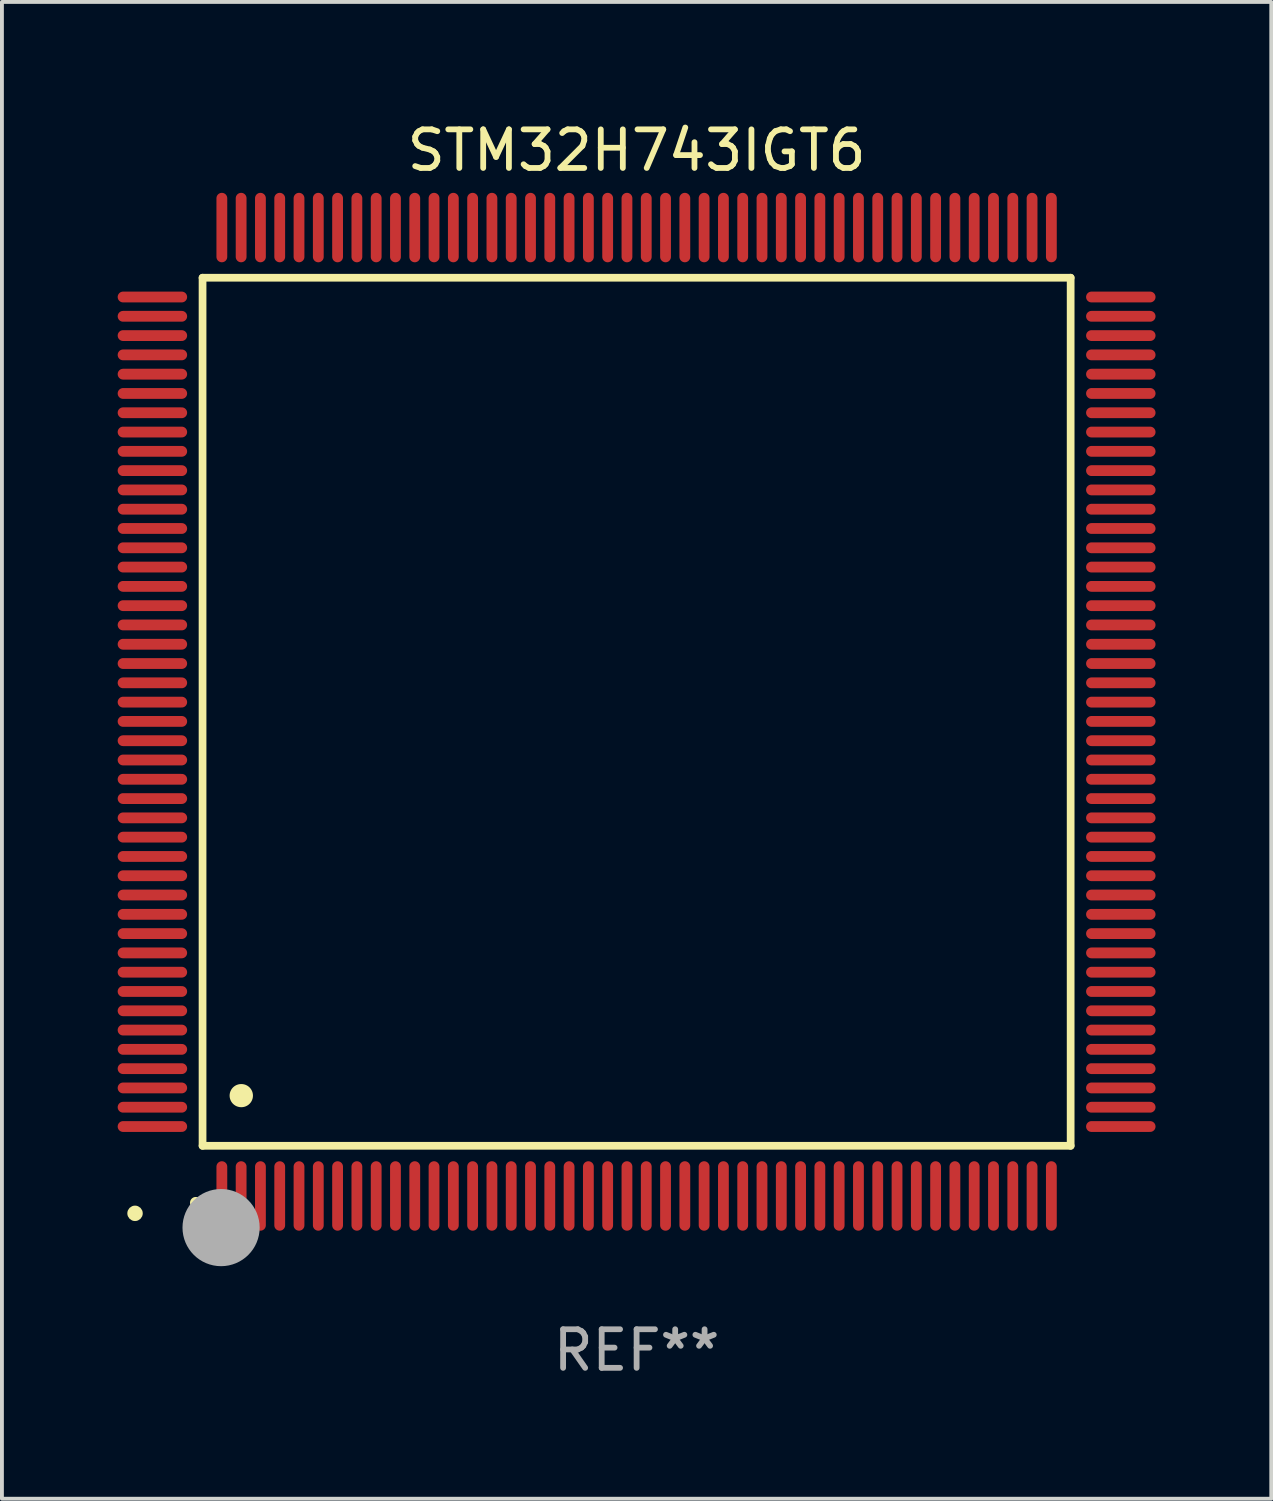
<source format=kicad_pcb>
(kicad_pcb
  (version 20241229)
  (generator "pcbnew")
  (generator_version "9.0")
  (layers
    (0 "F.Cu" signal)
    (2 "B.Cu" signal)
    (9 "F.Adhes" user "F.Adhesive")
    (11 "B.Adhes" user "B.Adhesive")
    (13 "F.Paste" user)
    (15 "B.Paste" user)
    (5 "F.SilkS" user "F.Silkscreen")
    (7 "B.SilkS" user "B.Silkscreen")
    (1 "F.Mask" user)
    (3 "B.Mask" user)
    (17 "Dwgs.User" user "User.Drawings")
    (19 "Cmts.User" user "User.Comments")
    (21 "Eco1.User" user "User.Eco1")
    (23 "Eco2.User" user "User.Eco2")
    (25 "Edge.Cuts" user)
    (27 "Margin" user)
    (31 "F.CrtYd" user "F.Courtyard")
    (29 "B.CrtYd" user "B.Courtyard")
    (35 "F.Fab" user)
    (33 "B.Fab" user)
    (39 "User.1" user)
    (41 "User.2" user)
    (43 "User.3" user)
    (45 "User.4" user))
  (footprint "STM32H743IGT6"
    (layer "F.Cu")
    (at 13.45 15.398)
    (property "Reference" "STM32H743IGT6" (at 0 -14.55 0) (layer "F.SilkS") (effects (font (size 1 1) (thickness 0.15))))
    (attr through_hole)
    (fp_line (start -11.25 -11.25) (end 11.25 -11.25) (stroke (width 0.2) (type solid)) (layer "F.SilkS"))
    (fp_line (start -11.25 11.25) (end -11.25 -11.25) (stroke (width 0.2) (type solid)) (layer "F.SilkS"))
    (fp_line (start 11.25 -11.25) (end 11.25 11.25) (stroke (width 0.2) (type solid)) (layer "F.SilkS"))
    (fp_line (start 11.25 11.25) (end -11.25 11.25) (stroke (width 0.2) (type solid)) (layer "F.SilkS"))
    (fp_arc (start -11.424943 12.725425) (mid -11.423673 12.72542) (end -11.422403 12.725425) (stroke (width 0.3) (type solid)) (layer "F.SilkS"))
    (fp_arc (start -10.24892 9.9492) (mid -10.24638 9.949189) (end -10.24384 9.9492) (stroke (width 0.6) (type solid)) (layer "F.SilkS"))
    (fp_circle (center -13 13) (end -12.9 13) (stroke (width 0.2) (type solid)) (fill no) (layer "F.SilkS"))
    (fp_circle (center -10.77 13.37) (end -10.27 13.37) (stroke (width 1) (type solid)) (fill no) (layer "F.Fab"))
    (fp_text user "REF**" (at 0 16.55 0) (layer "F.Fab") (effects (font (size 1 1) (thickness 0.15))))
    (pad "1" smd oval (at -10.75 12.55) (size 0.28 1.8) (layers "F.Cu" "F.Mask" "F.Paste"))
    (pad "2" smd oval (at -10.25 12.55) (size 0.28 1.8) (layers "F.Cu" "F.Mask" "F.Paste"))
    (pad "3" smd oval (at -9.75 12.55) (size 0.28 1.8) (layers "F.Cu" "F.Mask" "F.Paste"))
    (pad "4" smd oval (at -9.25 12.55) (size 0.28 1.8) (layers "F.Cu" "F.Mask" "F.Paste"))
    (pad "5" smd oval (at -8.75 12.55) (size 0.28 1.8) (layers "F.Cu" "F.Mask" "F.Paste"))
    (pad "6" smd oval (at -8.25 12.55) (size 0.28 1.8) (layers "F.Cu" "F.Mask" "F.Paste"))
    (pad "7" smd oval (at -7.75 12.55) (size 0.28 1.8) (layers "F.Cu" "F.Mask" "F.Paste"))
    (pad "8" smd oval (at -7.25 12.55) (size 0.28 1.8) (layers "F.Cu" "F.Mask" "F.Paste"))
    (pad "9" smd oval (at -6.75 12.55) (size 0.28 1.8) (layers "F.Cu" "F.Mask" "F.Paste"))
    (pad "10" smd oval (at -6.25 12.55) (size 0.28 1.8) (layers "F.Cu" "F.Mask" "F.Paste"))
    (pad "11" smd oval (at -5.75 12.55) (size 0.28 1.8) (layers "F.Cu" "F.Mask" "F.Paste"))
    (pad "12" smd oval (at -5.25 12.55) (size 0.28 1.8) (layers "F.Cu" "F.Mask" "F.Paste"))
    (pad "13" smd oval (at -4.75 12.55) (size 0.28 1.8) (layers "F.Cu" "F.Mask" "F.Paste"))
    (pad "14" smd oval (at -4.25 12.55) (size 0.28 1.8) (layers "F.Cu" "F.Mask" "F.Paste"))
    (pad "15" smd oval (at -3.75 12.55) (size 0.28 1.8) (layers "F.Cu" "F.Mask" "F.Paste"))
    (pad "16" smd oval (at -3.25 12.55) (size 0.28 1.8) (layers "F.Cu" "F.Mask" "F.Paste"))
    (pad "17" smd oval (at -2.75 12.55) (size 0.28 1.8) (layers "F.Cu" "F.Mask" "F.Paste"))
    (pad "18" smd oval (at -2.25 12.55) (size 0.28 1.8) (layers "F.Cu" "F.Mask" "F.Paste"))
    (pad "19" smd oval (at -1.75 12.55) (size 0.28 1.8) (layers "F.Cu" "F.Mask" "F.Paste"))
    (pad "20" smd oval (at -1.25 12.55) (size 0.28 1.8) (layers "F.Cu" "F.Mask" "F.Paste"))
    (pad "21" smd oval (at -0.75 12.55) (size 0.28 1.8) (layers "F.Cu" "F.Mask" "F.Paste"))
    (pad "22" smd oval (at -0.25 12.55) (size 0.28 1.8) (layers "F.Cu" "F.Mask" "F.Paste"))
    (pad "23" smd oval (at 0.25 12.55) (size 0.28 1.8) (layers "F.Cu" "F.Mask" "F.Paste"))
    (pad "24" smd oval (at 0.75 12.55) (size 0.28 1.8) (layers "F.Cu" "F.Mask" "F.Paste"))
    (pad "25" smd oval (at 1.25 12.55) (size 0.28 1.8) (layers "F.Cu" "F.Mask" "F.Paste"))
    (pad "26" smd oval (at 1.75 12.55) (size 0.28 1.8) (layers "F.Cu" "F.Mask" "F.Paste"))
    (pad "27" smd oval (at 2.25 12.55) (size 0.28 1.8) (layers "F.Cu" "F.Mask" "F.Paste"))
    (pad "28" smd oval (at 2.75 12.55) (size 0.28 1.8) (layers "F.Cu" "F.Mask" "F.Paste"))
    (pad "29" smd oval (at 3.25 12.55) (size 0.28 1.8) (layers "F.Cu" "F.Mask" "F.Paste"))
    (pad "30" smd oval (at 3.75 12.55) (size 0.28 1.8) (layers "F.Cu" "F.Mask" "F.Paste"))
    (pad "31" smd oval (at 4.25 12.55) (size 0.28 1.8) (layers "F.Cu" "F.Mask" "F.Paste"))
    (pad "32" smd oval (at 4.75 12.55) (size 0.28 1.8) (layers "F.Cu" "F.Mask" "F.Paste"))
    (pad "33" smd oval (at 5.25 12.55) (size 0.28 1.8) (layers "F.Cu" "F.Mask" "F.Paste"))
    (pad "34" smd oval (at 5.75 12.55) (size 0.28 1.8) (layers "F.Cu" "F.Mask" "F.Paste"))
    (pad "35" smd oval (at 6.25 12.55) (size 0.28 1.8) (layers "F.Cu" "F.Mask" "F.Paste"))
    (pad "36" smd oval (at 6.75 12.55) (size 0.28 1.8) (layers "F.Cu" "F.Mask" "F.Paste"))
    (pad "37" smd oval (at 7.25 12.55) (size 0.28 1.8) (layers "F.Cu" "F.Mask" "F.Paste"))
    (pad "38" smd oval (at 7.75 12.55) (size 0.28 1.8) (layers "F.Cu" "F.Mask" "F.Paste"))
    (pad "39" smd oval (at 8.25 12.55) (size 0.28 1.8) (layers "F.Cu" "F.Mask" "F.Paste"))
    (pad "40" smd oval (at 8.75 12.55) (size 0.28 1.8) (layers "F.Cu" "F.Mask" "F.Paste"))
    (pad "41" smd oval (at 9.25 12.55) (size 0.28 1.8) (layers "F.Cu" "F.Mask" "F.Paste"))
    (pad "42" smd oval (at 9.75 12.55) (size 0.28 1.8) (layers "F.Cu" "F.Mask" "F.Paste"))
    (pad "43" smd oval (at 10.25 12.55) (size 0.28 1.8) (layers "F.Cu" "F.Mask" "F.Paste"))
    (pad "44" smd oval (at 10.75 12.55) (size 0.28 1.8) (layers "F.Cu" "F.Mask" "F.Paste"))
    (pad "45" smd oval (at 12.55 10.75) (size 1.8 0.28) (layers "F.Cu" "F.Mask" "F.Paste"))
    (pad "46" smd oval (at 12.55 10.25) (size 1.8 0.28) (layers "F.Cu" "F.Mask" "F.Paste"))
    (pad "47" smd oval (at 12.55 9.75) (size 1.8 0.28) (layers "F.Cu" "F.Mask" "F.Paste"))
    (pad "48" smd oval (at 12.55 9.25) (size 1.8 0.28) (layers "F.Cu" "F.Mask" "F.Paste"))
    (pad "49" smd oval (at 12.55 8.75) (size 1.8 0.28) (layers "F.Cu" "F.Mask" "F.Paste"))
    (pad "50" smd oval (at 12.55 8.25) (size 1.8 0.28) (layers "F.Cu" "F.Mask" "F.Paste"))
    (pad "51" smd oval (at 12.55 7.75) (size 1.8 0.28) (layers "F.Cu" "F.Mask" "F.Paste"))
    (pad "52" smd oval (at 12.55 7.25) (size 1.8 0.28) (layers "F.Cu" "F.Mask" "F.Paste"))
    (pad "53" smd oval (at 12.55 6.75) (size 1.8 0.28) (layers "F.Cu" "F.Mask" "F.Paste"))
    (pad "54" smd oval (at 12.55 6.25) (size 1.8 0.28) (layers "F.Cu" "F.Mask" "F.Paste"))
    (pad "55" smd oval (at 12.55 5.75) (size 1.8 0.28) (layers "F.Cu" "F.Mask" "F.Paste"))
    (pad "56" smd oval (at 12.55 5.25) (size 1.8 0.28) (layers "F.Cu" "F.Mask" "F.Paste"))
    (pad "57" smd oval (at 12.55 4.75) (size 1.8 0.28) (layers "F.Cu" "F.Mask" "F.Paste"))
    (pad "58" smd oval (at 12.55 4.25) (size 1.8 0.28) (layers "F.Cu" "F.Mask" "F.Paste"))
    (pad "59" smd oval (at 12.55 3.75) (size 1.8 0.28) (layers "F.Cu" "F.Mask" "F.Paste"))
    (pad "60" smd oval (at 12.55 3.25) (size 1.8 0.28) (layers "F.Cu" "F.Mask" "F.Paste"))
    (pad "61" smd oval (at 12.55 2.75) (size 1.8 0.28) (layers "F.Cu" "F.Mask" "F.Paste"))
    (pad "62" smd oval (at 12.55 2.25) (size 1.8 0.28) (layers "F.Cu" "F.Mask" "F.Paste"))
    (pad "63" smd oval (at 12.55 1.75) (size 1.8 0.28) (layers "F.Cu" "F.Mask" "F.Paste"))
    (pad "64" smd oval (at 12.55 1.25) (size 1.8 0.28) (layers "F.Cu" "F.Mask" "F.Paste"))
    (pad "65" smd oval (at 12.55 0.75) (size 1.8 0.28) (layers "F.Cu" "F.Mask" "F.Paste"))
    (pad "66" smd oval (at 12.55 0.25) (size 1.8 0.28) (layers "F.Cu" "F.Mask" "F.Paste"))
    (pad "67" smd oval (at 12.55 -0.25) (size 1.8 0.28) (layers "F.Cu" "F.Mask" "F.Paste"))
    (pad "68" smd oval (at 12.55 -0.75) (size 1.8 0.28) (layers "F.Cu" "F.Mask" "F.Paste"))
    (pad "69" smd oval (at 12.55 -1.25) (size 1.8 0.28) (layers "F.Cu" "F.Mask" "F.Paste"))
    (pad "70" smd oval (at 12.55 -1.75) (size 1.8 0.28) (layers "F.Cu" "F.Mask" "F.Paste"))
    (pad "71" smd oval (at 12.55 -2.25) (size 1.8 0.28) (layers "F.Cu" "F.Mask" "F.Paste"))
    (pad "72" smd oval (at 12.55 -2.75) (size 1.8 0.28) (layers "F.Cu" "F.Mask" "F.Paste"))
    (pad "73" smd oval (at 12.55 -3.25) (size 1.8 0.28) (layers "F.Cu" "F.Mask" "F.Paste"))
    (pad "74" smd oval (at 12.55 -3.75) (size 1.8 0.28) (layers "F.Cu" "F.Mask" "F.Paste"))
    (pad "75" smd oval (at 12.55 -4.25) (size 1.8 0.28) (layers "F.Cu" "F.Mask" "F.Paste"))
    (pad "76" smd oval (at 12.55 -4.75) (size 1.8 0.28) (layers "F.Cu" "F.Mask" "F.Paste"))
    (pad "77" smd oval (at 12.55 -5.25) (size 1.8 0.28) (layers "F.Cu" "F.Mask" "F.Paste"))
    (pad "78" smd oval (at 12.55 -5.75) (size 1.8 0.28) (layers "F.Cu" "F.Mask" "F.Paste"))
    (pad "79" smd oval (at 12.55 -6.25) (size 1.8 0.28) (layers "F.Cu" "F.Mask" "F.Paste"))
    (pad "80" smd oval (at 12.55 -6.75) (size 1.8 0.28) (layers "F.Cu" "F.Mask" "F.Paste"))
    (pad "81" smd oval (at 12.55 -7.25) (size 1.8 0.28) (layers "F.Cu" "F.Mask" "F.Paste"))
    (pad "82" smd oval (at 12.55 -7.75) (size 1.8 0.28) (layers "F.Cu" "F.Mask" "F.Paste"))
    (pad "83" smd oval (at 12.55 -8.25) (size 1.8 0.28) (layers "F.Cu" "F.Mask" "F.Paste"))
    (pad "84" smd oval (at 12.55 -8.75) (size 1.8 0.28) (layers "F.Cu" "F.Mask" "F.Paste"))
    (pad "85" smd oval (at 12.55 -9.25) (size 1.8 0.28) (layers "F.Cu" "F.Mask" "F.Paste"))
    (pad "86" smd oval (at 12.55 -9.75) (size 1.8 0.28) (layers "F.Cu" "F.Mask" "F.Paste"))
    (pad "87" smd oval (at 12.55 -10.25) (size 1.8 0.28) (layers "F.Cu" "F.Mask" "F.Paste"))
    (pad "88" smd oval (at 12.55 -10.75) (size 1.8 0.28) (layers "F.Cu" "F.Mask" "F.Paste"))
    (pad "89" smd oval (at 10.75 -12.55) (size 0.28 1.8) (layers "F.Cu" "F.Mask" "F.Paste"))
    (pad "90" smd oval (at 10.25 -12.55) (size 0.28 1.8) (layers "F.Cu" "F.Mask" "F.Paste"))
    (pad "91" smd oval (at 9.75 -12.55) (size 0.28 1.8) (layers "F.Cu" "F.Mask" "F.Paste"))
    (pad "92" smd oval (at 9.25 -12.55) (size 0.28 1.8) (layers "F.Cu" "F.Mask" "F.Paste"))
    (pad "93" smd oval (at 8.75 -12.55) (size 0.28 1.8) (layers "F.Cu" "F.Mask" "F.Paste"))
    (pad "94" smd oval (at 8.25 -12.55) (size 0.28 1.8) (layers "F.Cu" "F.Mask" "F.Paste"))
    (pad "95" smd oval (at 7.75 -12.55) (size 0.28 1.8) (layers "F.Cu" "F.Mask" "F.Paste"))
    (pad "96" smd oval (at 7.25 -12.55) (size 0.28 1.8) (layers "F.Cu" "F.Mask" "F.Paste"))
    (pad "97" smd oval (at 6.75 -12.55) (size 0.28 1.8) (layers "F.Cu" "F.Mask" "F.Paste"))
    (pad "98" smd oval (at 6.25 -12.55) (size 0.28 1.8) (layers "F.Cu" "F.Mask" "F.Paste"))
    (pad "99" smd oval (at 5.75 -12.55) (size 0.28 1.8) (layers "F.Cu" "F.Mask" "F.Paste"))
    (pad "100" smd oval (at 5.25 -12.55) (size 0.28 1.8) (layers "F.Cu" "F.Mask" "F.Paste"))
    (pad "101" smd oval (at 4.75 -12.55) (size 0.28 1.8) (layers "F.Cu" "F.Mask" "F.Paste"))
    (pad "102" smd oval (at 4.25 -12.55) (size 0.28 1.8) (layers "F.Cu" "F.Mask" "F.Paste"))
    (pad "103" smd oval (at 3.75 -12.55) (size 0.28 1.8) (layers "F.Cu" "F.Mask" "F.Paste"))
    (pad "104" smd oval (at 3.25 -12.55) (size 0.28 1.8) (layers "F.Cu" "F.Mask" "F.Paste"))
    (pad "105" smd oval (at 2.75 -12.55) (size 0.28 1.8) (layers "F.Cu" "F.Mask" "F.Paste"))
    (pad "106" smd oval (at 2.25 -12.55) (size 0.28 1.8) (layers "F.Cu" "F.Mask" "F.Paste"))
    (pad "107" smd oval (at 1.75 -12.55) (size 0.28 1.8) (layers "F.Cu" "F.Mask" "F.Paste"))
    (pad "108" smd oval (at 1.25 -12.55) (size 0.28 1.8) (layers "F.Cu" "F.Mask" "F.Paste"))
    (pad "109" smd oval (at 0.75 -12.55) (size 0.28 1.8) (layers "F.Cu" "F.Mask" "F.Paste"))
    (pad "110" smd oval (at 0.25 -12.55) (size 0.28 1.8) (layers "F.Cu" "F.Mask" "F.Paste"))
    (pad "111" smd oval (at -0.25 -12.55) (size 0.28 1.8) (layers "F.Cu" "F.Mask" "F.Paste"))
    (pad "112" smd oval (at -0.75 -12.55) (size 0.28 1.8) (layers "F.Cu" "F.Mask" "F.Paste"))
    (pad "113" smd oval (at -1.25 -12.55) (size 0.28 1.8) (layers "F.Cu" "F.Mask" "F.Paste"))
    (pad "114" smd oval (at -1.75 -12.55) (size 0.28 1.8) (layers "F.Cu" "F.Mask" "F.Paste"))
    (pad "115" smd oval (at -2.25 -12.55) (size 0.28 1.8) (layers "F.Cu" "F.Mask" "F.Paste"))
    (pad "116" smd oval (at -2.75 -12.55) (size 0.28 1.8) (layers "F.Cu" "F.Mask" "F.Paste"))
    (pad "117" smd oval (at -3.25 -12.55) (size 0.28 1.8) (layers "F.Cu" "F.Mask" "F.Paste"))
    (pad "118" smd oval (at -3.75 -12.55) (size 0.28 1.8) (layers "F.Cu" "F.Mask" "F.Paste"))
    (pad "119" smd oval (at -4.25 -12.55) (size 0.28 1.8) (layers "F.Cu" "F.Mask" "F.Paste"))
    (pad "120" smd oval (at -4.75 -12.55) (size 0.28 1.8) (layers "F.Cu" "F.Mask" "F.Paste"))
    (pad "121" smd oval (at -5.25 -12.55) (size 0.28 1.8) (layers "F.Cu" "F.Mask" "F.Paste"))
    (pad "122" smd oval (at -5.75 -12.55) (size 0.28 1.8) (layers "F.Cu" "F.Mask" "F.Paste"))
    (pad "123" smd oval (at -6.25 -12.55) (size 0.28 1.8) (layers "F.Cu" "F.Mask" "F.Paste"))
    (pad "124" smd oval (at -6.75 -12.55) (size 0.28 1.8) (layers "F.Cu" "F.Mask" "F.Paste"))
    (pad "125" smd oval (at -7.25 -12.55) (size 0.28 1.8) (layers "F.Cu" "F.Mask" "F.Paste"))
    (pad "126" smd oval (at -7.75 -12.55) (size 0.28 1.8) (layers "F.Cu" "F.Mask" "F.Paste"))
    (pad "127" smd oval (at -8.25 -12.55) (size 0.28 1.8) (layers "F.Cu" "F.Mask" "F.Paste"))
    (pad "128" smd oval (at -8.75 -12.55) (size 0.28 1.8) (layers "F.Cu" "F.Mask" "F.Paste"))
    (pad "129" smd oval (at -9.25 -12.55) (size 0.28 1.8) (layers "F.Cu" "F.Mask" "F.Paste"))
    (pad "130" smd oval (at -9.75 -12.55) (size 0.28 1.8) (layers "F.Cu" "F.Mask" "F.Paste"))
    (pad "131" smd oval (at -10.25 -12.55) (size 0.28 1.8) (layers "F.Cu" "F.Mask" "F.Paste"))
    (pad "132" smd oval (at -10.75 -12.55) (size 0.28 1.8) (layers "F.Cu" "F.Mask" "F.Paste"))
    (pad "133" smd oval (at -12.55 -10.75) (size 1.8 0.28) (layers "F.Cu" "F.Mask" "F.Paste"))
    (pad "134" smd oval (at -12.55 -10.25) (size 1.8 0.28) (layers "F.Cu" "F.Mask" "F.Paste"))
    (pad "135" smd oval (at -12.55 -9.75) (size 1.8 0.28) (layers "F.Cu" "F.Mask" "F.Paste"))
    (pad "136" smd oval (at -12.55 -9.25) (size 1.8 0.28) (layers "F.Cu" "F.Mask" "F.Paste"))
    (pad "137" smd oval (at -12.55 -8.75) (size 1.8 0.28) (layers "F.Cu" "F.Mask" "F.Paste"))
    (pad "138" smd oval (at -12.55 -8.25) (size 1.8 0.28) (layers "F.Cu" "F.Mask" "F.Paste"))
    (pad "139" smd oval (at -12.55 -7.75) (size 1.8 0.28) (layers "F.Cu" "F.Mask" "F.Paste"))
    (pad "140" smd oval (at -12.55 -7.25) (size 1.8 0.28) (layers "F.Cu" "F.Mask" "F.Paste"))
    (pad "141" smd oval (at -12.55 -6.75) (size 1.8 0.28) (layers "F.Cu" "F.Mask" "F.Paste"))
    (pad "142" smd oval (at -12.55 -6.25) (size 1.8 0.28) (layers "F.Cu" "F.Mask" "F.Paste"))
    (pad "143" smd oval (at -12.55 -5.75) (size 1.8 0.28) (layers "F.Cu" "F.Mask" "F.Paste"))
    (pad "144" smd oval (at -12.55 -5.25) (size 1.8 0.28) (layers "F.Cu" "F.Mask" "F.Paste"))
    (pad "145" smd oval (at -12.55 -4.75) (size 1.8 0.28) (layers "F.Cu" "F.Mask" "F.Paste"))
    (pad "146" smd oval (at -12.55 -4.25) (size 1.8 0.28) (layers "F.Cu" "F.Mask" "F.Paste"))
    (pad "147" smd oval (at -12.55 -3.75) (size 1.8 0.28) (layers "F.Cu" "F.Mask" "F.Paste"))
    (pad "148" smd oval (at -12.55 -3.25) (size 1.8 0.28) (layers "F.Cu" "F.Mask" "F.Paste"))
    (pad "149" smd oval (at -12.55 -2.75) (size 1.8 0.28) (layers "F.Cu" "F.Mask" "F.Paste"))
    (pad "150" smd oval (at -12.55 -2.25) (size 1.8 0.28) (layers "F.Cu" "F.Mask" "F.Paste"))
    (pad "151" smd oval (at -12.55 -1.75) (size 1.8 0.28) (layers "F.Cu" "F.Mask" "F.Paste"))
    (pad "152" smd oval (at -12.55 -1.25) (size 1.8 0.28) (layers "F.Cu" "F.Mask" "F.Paste"))
    (pad "153" smd oval (at -12.55 -0.75) (size 1.8 0.28) (layers "F.Cu" "F.Mask" "F.Paste"))
    (pad "154" smd oval (at -12.55 -0.25) (size 1.8 0.28) (layers "F.Cu" "F.Mask" "F.Paste"))
    (pad "155" smd oval (at -12.55 0.25) (size 1.8 0.28) (layers "F.Cu" "F.Mask" "F.Paste"))
    (pad "156" smd oval (at -12.55 0.75) (size 1.8 0.28) (layers "F.Cu" "F.Mask" "F.Paste"))
    (pad "157" smd oval (at -12.55 1.25) (size 1.8 0.28) (layers "F.Cu" "F.Mask" "F.Paste"))
    (pad "158" smd oval (at -12.55 1.75) (size 1.8 0.28) (layers "F.Cu" "F.Mask" "F.Paste"))
    (pad "159" smd oval (at -12.55 2.25) (size 1.8 0.28) (layers "F.Cu" "F.Mask" "F.Paste"))
    (pad "160" smd oval (at -12.55 2.75) (size 1.8 0.28) (layers "F.Cu" "F.Mask" "F.Paste"))
    (pad "161" smd oval (at -12.55 3.25) (size 1.8 0.28) (layers "F.Cu" "F.Mask" "F.Paste"))
    (pad "162" smd oval (at -12.55 3.75) (size 1.8 0.28) (layers "F.Cu" "F.Mask" "F.Paste"))
    (pad "163" smd oval (at -12.55 4.25) (size 1.8 0.28) (layers "F.Cu" "F.Mask" "F.Paste"))
    (pad "164" smd oval (at -12.55 4.75) (size 1.8 0.28) (layers "F.Cu" "F.Mask" "F.Paste"))
    (pad "165" smd oval (at -12.55 5.25) (size 1.8 0.28) (layers "F.Cu" "F.Mask" "F.Paste"))
    (pad "166" smd oval (at -12.55 5.75) (size 1.8 0.28) (layers "F.Cu" "F.Mask" "F.Paste"))
    (pad "167" smd oval (at -12.55 6.25) (size 1.8 0.28) (layers "F.Cu" "F.Mask" "F.Paste"))
    (pad "168" smd oval (at -12.55 6.75) (size 1.8 0.28) (layers "F.Cu" "F.Mask" "F.Paste"))
    (pad "169" smd oval (at -12.55 7.25) (size 1.8 0.28) (layers "F.Cu" "F.Mask" "F.Paste"))
    (pad "170" smd oval (at -12.55 7.75) (size 1.8 0.28) (layers "F.Cu" "F.Mask" "F.Paste"))
    (pad "171" smd oval (at -12.55 8.25) (size 1.8 0.28) (layers "F.Cu" "F.Mask" "F.Paste"))
    (pad "172" smd oval (at -12.55 8.75) (size 1.8 0.28) (layers "F.Cu" "F.Mask" "F.Paste"))
    (pad "173" smd oval (at -12.55 9.25) (size 1.8 0.28) (layers "F.Cu" "F.Mask" "F.Paste"))
    (pad "174" smd oval (at -12.55 9.75) (size 1.8 0.28) (layers "F.Cu" "F.Mask" "F.Paste"))
    (pad "175" smd oval (at -12.55 10.25) (size 1.8 0.28) (layers "F.Cu" "F.Mask" "F.Paste"))
    (pad "176" smd oval (at -12.55 10.75) (size 1.8 0.28) (layers "F.Cu" "F.Mask" "F.Paste")))
  (gr_rect
    (start -3 -3)
    (end 29.9 35.796)
    (stroke (width 0.1) (type default))
    (fill no)
    (layer "Edge.Cuts")))
</source>
